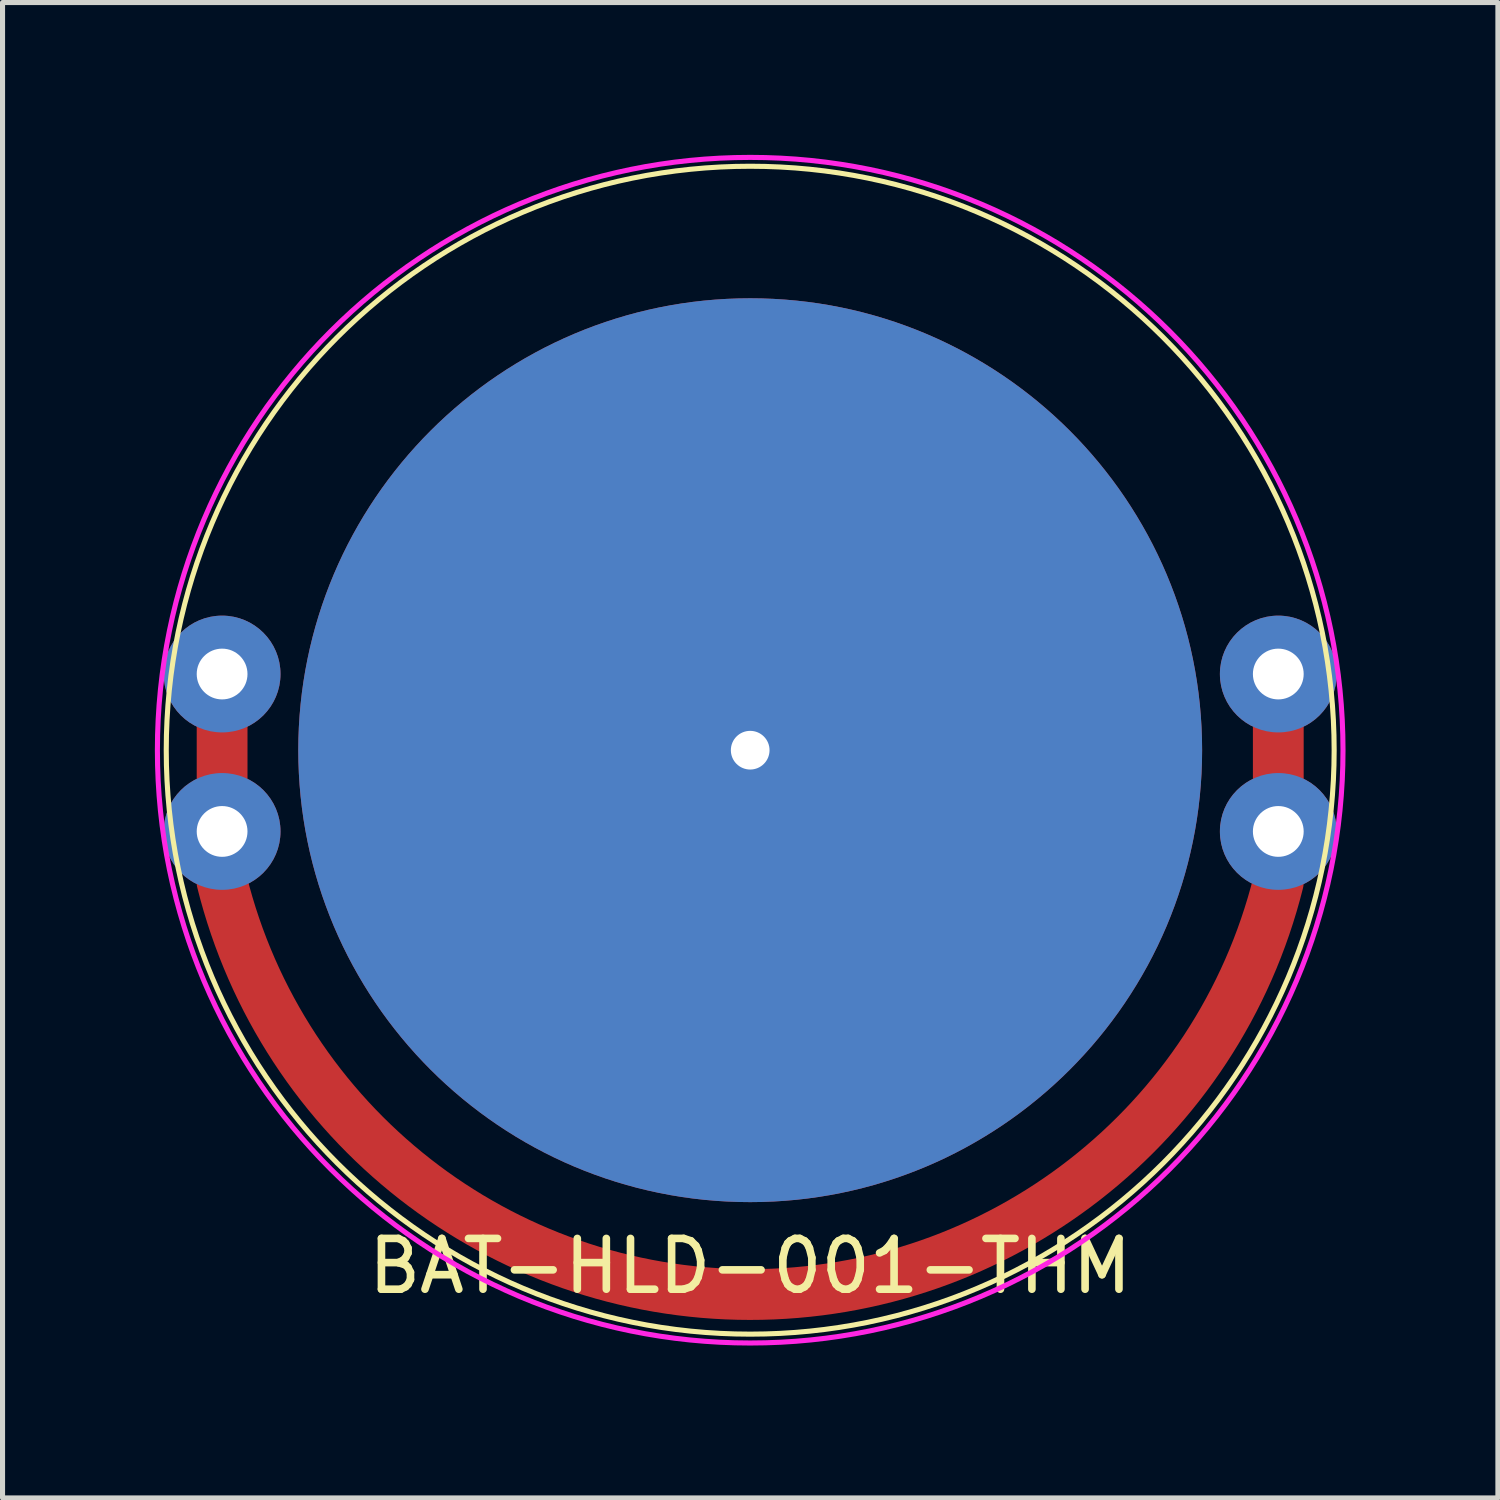
<source format=kicad_pcb>
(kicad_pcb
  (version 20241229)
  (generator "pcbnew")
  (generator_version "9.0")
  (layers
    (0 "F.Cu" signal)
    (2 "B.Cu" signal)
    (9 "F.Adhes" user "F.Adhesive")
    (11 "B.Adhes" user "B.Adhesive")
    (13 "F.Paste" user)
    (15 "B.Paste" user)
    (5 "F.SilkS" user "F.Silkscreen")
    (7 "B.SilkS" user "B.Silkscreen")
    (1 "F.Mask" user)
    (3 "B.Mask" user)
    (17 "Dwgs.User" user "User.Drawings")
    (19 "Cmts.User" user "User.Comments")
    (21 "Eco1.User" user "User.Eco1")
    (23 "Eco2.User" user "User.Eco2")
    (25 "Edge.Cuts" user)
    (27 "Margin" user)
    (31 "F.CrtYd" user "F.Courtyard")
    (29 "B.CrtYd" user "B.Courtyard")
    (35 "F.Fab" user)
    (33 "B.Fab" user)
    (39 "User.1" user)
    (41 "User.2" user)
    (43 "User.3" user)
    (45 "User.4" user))
  (footprint "BAT-HLD-001-THM"
    (layer "F.Cu")
    (at 11.724 11.724)
    (property "Reference" "BAT-HLD-001-THM" (at 0 10.16 0) (layer "F.SilkS") (effects (font (size 1 1) (thickness 0.15))))
    (attr through_hole)
    (fp_line (start -10.4 -0.6) (end -10.4 0.6) (stroke (width 1) (type solid)) (layer "F.Cu"))
    (fp_line (start 10.4 -0.6) (end 10.4 0.6) (stroke (width 1) (type solid)) (layer "F.Cu"))
    (fp_arc (start 10.4 2.6) (mid -0.006781 10.720072) (end -10.403281 2.586841) (stroke (width 1) (type solid)) (layer "F.Cu"))
    (fp_circle (center 0 0) (end 11.5 0) (stroke (width 0.1) (type solid)) (fill no) (layer "F.SilkS"))
    (fp_circle (center 0 0) (end 10.795 4.445) (stroke (width 0.1) (type solid)) (fill no) (layer "F.CrtYd"))
    (pad "1" thru_hole circle (at -10.4 -1.5) (size 2.3 2.3) (drill 1) (layers "*.Cu" "*.Mask"))
    (pad "1" thru_hole circle (at -10.4 1.6) (size 2.3 2.3) (drill 1) (layers "*.Cu" "*.Mask"))
    (pad "1" thru_hole circle (at 10.4 -1.5) (size 2.3 2.3) (drill 1) (layers "*.Cu" "*.Mask"))
    (pad "1" thru_hole circle (at 10.4 1.6) (size 2.3 2.3) (drill 1) (layers "*.Cu" "*.Mask"))
    (pad "2" thru_hole circle (at 0 0) (size 17.8 17.8) (drill 0.762) (layers "*.Mask" "F.Cu")))
  (gr_rect
    (start -3 -3)
    (end 26.449 26.449)
    (stroke (width 0.1) (type default))
    (fill no)
    (layer "Edge.Cuts")))
</source>
